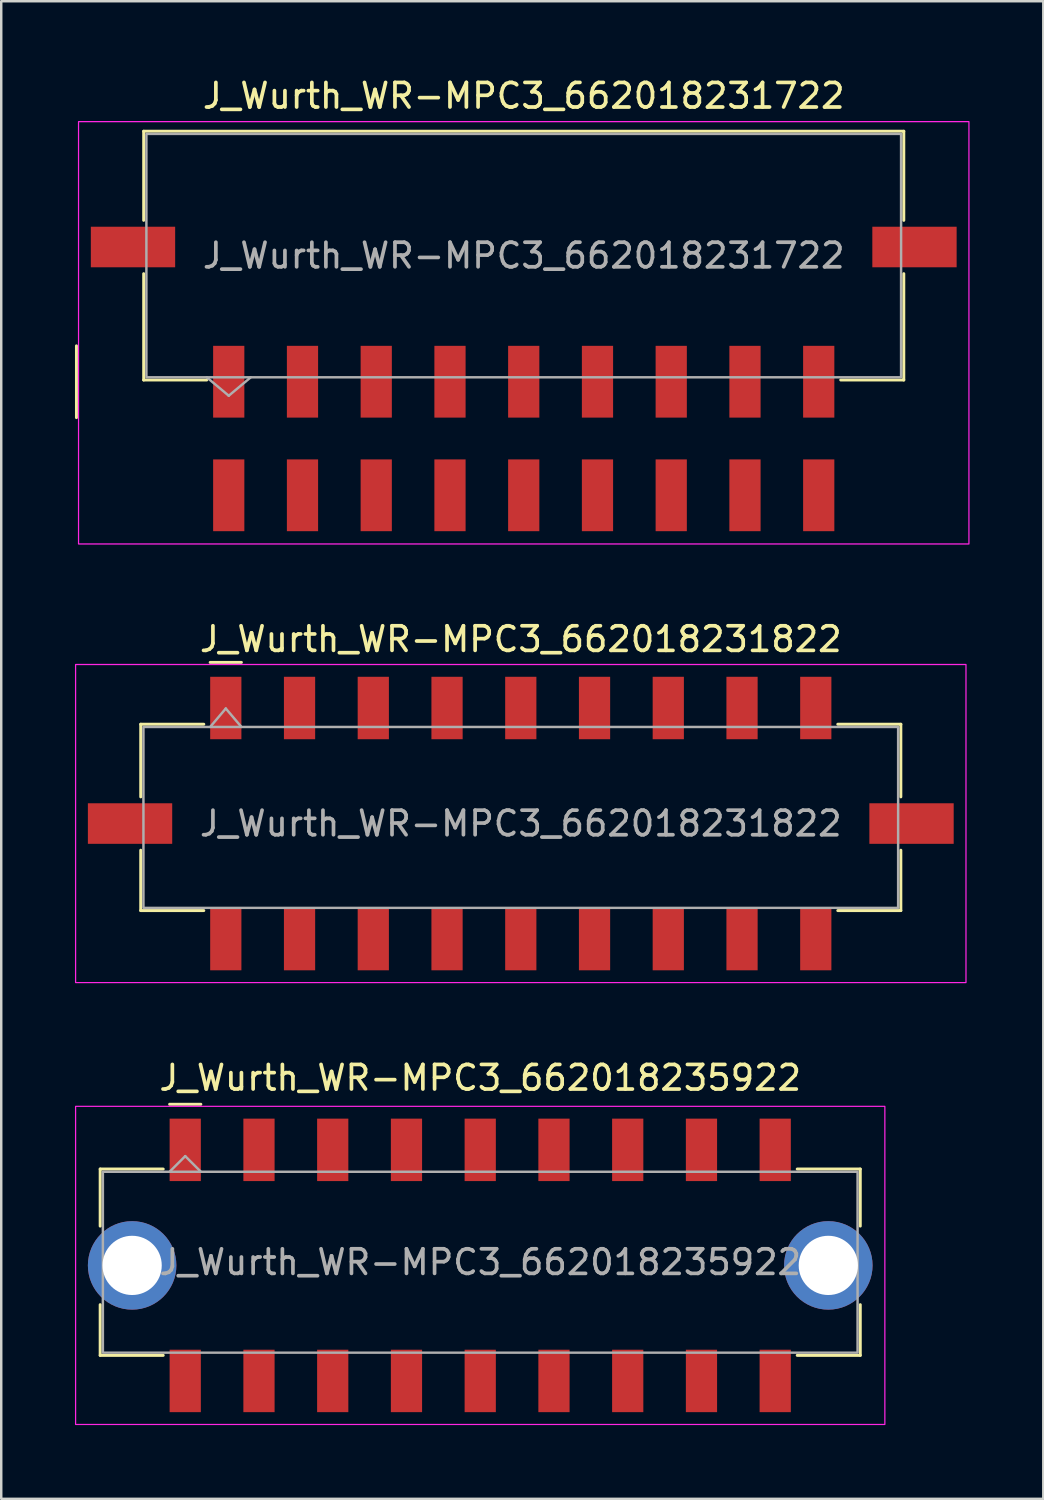
<source format=kicad_pcb>
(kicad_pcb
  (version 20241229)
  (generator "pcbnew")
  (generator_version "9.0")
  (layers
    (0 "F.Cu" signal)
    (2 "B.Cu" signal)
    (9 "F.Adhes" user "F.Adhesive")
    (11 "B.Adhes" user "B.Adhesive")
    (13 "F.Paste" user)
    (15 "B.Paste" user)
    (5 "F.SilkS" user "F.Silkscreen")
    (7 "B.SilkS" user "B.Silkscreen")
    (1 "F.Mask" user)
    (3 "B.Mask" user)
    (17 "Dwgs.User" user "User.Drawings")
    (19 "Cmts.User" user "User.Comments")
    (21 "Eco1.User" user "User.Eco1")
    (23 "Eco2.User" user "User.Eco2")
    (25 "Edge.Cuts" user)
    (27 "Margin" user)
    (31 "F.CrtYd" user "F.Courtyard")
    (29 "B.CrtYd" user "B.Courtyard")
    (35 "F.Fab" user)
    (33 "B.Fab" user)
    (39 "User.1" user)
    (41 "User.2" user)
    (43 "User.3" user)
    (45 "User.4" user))
  (footprint "J_Wurth_WR-MPC3_662018235922"
    (layer "F.Cu")
    (at 16.485 48.295)
    (property "Reference" "J_Wurth_WR-MPC3_662018235922" (at 0 -7.5 0) (unlocked yes) (layer "F.SilkS") (effects (font (size 1 1) (thickness 0.15))))
    (attr smd)
    (fp_line (start -15.46 -3.79) (end -15.46 -1.468) (stroke (width 0.12) (type default)) (layer "F.SilkS"))
    (fp_line (start -15.46 1.728) (end -15.46 3.79) (stroke (width 0.12) (type default)) (layer "F.SilkS"))
    (fp_line (start -12.895 -3.79) (end -15.46 -3.79) (stroke (width 0.12) (type solid)) (layer "F.SilkS"))
    (fp_line (start -12.895 3.79) (end -15.46 3.79) (stroke (width 0.12) (type solid)) (layer "F.SilkS"))
    (fp_line (start -12.635 -6.425) (end -11.365 -6.425) (stroke (width 0.12) (type solid)) (layer "F.SilkS"))
    (fp_line (start 15.46 -3.79) (end 12.895 -3.79) (stroke (width 0.12) (type solid)) (layer "F.SilkS"))
    (fp_line (start 15.46 -3.79) (end 15.46 -1.468) (stroke (width 0.12) (type default)) (layer "F.SilkS"))
    (fp_line (start 15.46 1.728) (end 15.46 3.79) (stroke (width 0.12) (type default)) (layer "F.SilkS"))
    (fp_line (start 15.46 3.79) (end 12.895 3.79) (stroke (width 0.12) (type solid)) (layer "F.SilkS"))
    (fp_rect (start -16.46 -6.34) (end 16.46 6.6) (stroke (width 0.05) (type solid)) (fill no) (layer "F.CrtYd"))
    (fp_line (start -12 -4.315) (end -12.635 -3.68) (stroke (width 0.1) (type default)) (layer "F.Fab"))
    (fp_line (start -11.365 -3.68) (end -12 -4.315) (stroke (width 0.1) (type default)) (layer "F.Fab"))
    (fp_rect (start -15.35 -3.68) (end 15.35 3.68) (stroke (width 0.1) (type solid)) (fill no) (layer "F.Fab"))
    (fp_text user "${REFERENCE}" (at 0 0 0) (unlocked yes) (layer "F.Fab") (effects (font (size 1 1) (thickness 0.15))))
    (pad "1" smd rect (at -12 -4.57 180) (size 1.27 2.54) (layers "F.Cu" "F.Mask" "F.Paste"))
    (pad "2" smd rect (at -9 -4.57 180) (size 1.27 2.54) (layers "F.Cu" "F.Mask" "F.Paste"))
    (pad "3" smd rect (at -6 -4.57 180) (size 1.27 2.54) (layers "F.Cu" "F.Mask" "F.Paste"))
    (pad "4" smd rect (at -3 -4.57 180) (size 1.27 2.54) (layers "F.Cu" "F.Mask" "F.Paste"))
    (pad "5" smd rect (at 0 -4.57 180) (size 1.27 2.54) (layers "F.Cu" "F.Mask" "F.Paste"))
    (pad "6" smd rect (at 3 -4.57 180) (size 1.27 2.54) (layers "F.Cu" "F.Mask" "F.Paste"))
    (pad "7" smd rect (at 6 -4.57 180) (size 1.27 2.54) (layers "F.Cu" "F.Mask" "F.Paste"))
    (pad "8" smd rect (at 9 -4.57 180) (size 1.27 2.54) (layers "F.Cu" "F.Mask" "F.Paste"))
    (pad "9" smd rect (at 12 -4.57 180) (size 1.27 2.54) (layers "F.Cu" "F.Mask" "F.Paste"))
    (pad "10" smd rect (at -12 4.83 180) (size 1.27 2.54) (layers "F.Cu" "F.Mask" "F.Paste"))
    (pad "11" smd rect (at -9 4.83 180) (size 1.27 2.54) (layers "F.Cu" "F.Mask" "F.Paste"))
    (pad "12" smd rect (at -6 4.83 180) (size 1.27 2.54) (layers "F.Cu" "F.Mask" "F.Paste"))
    (pad "13" smd rect (at -3 4.83 180) (size 1.27 2.54) (layers "F.Cu" "F.Mask" "F.Paste"))
    (pad "14" smd rect (at 0 4.83 180) (size 1.27 2.54) (layers "F.Cu" "F.Mask" "F.Paste"))
    (pad "15" smd rect (at 3 4.83 180) (size 1.27 2.54) (layers "F.Cu" "F.Mask" "F.Paste"))
    (pad "16" smd rect (at 6 4.83 180) (size 1.27 2.54) (layers "F.Cu" "F.Mask" "F.Paste"))
    (pad "17" smd rect (at 9 4.83 180) (size 1.27 2.54) (layers "F.Cu" "F.Mask" "F.Paste"))
    (pad "18" smd rect (at 12 4.83 180) (size 1.27 2.54) (layers "F.Cu" "F.Mask" "F.Paste"))
    (pad "MH1" thru_hole circle (at 14.16 0.13 180) (size 3.6 3.6) (drill 2.41) (layers "*.Cu" "*.Mask"))
    (pad "MH2" thru_hole circle (at -14.16 0.13 180) (size 3.6 3.6) (drill 2.41) (layers "*.Cu" "*.Mask")))
  (footprint "J_Wurth_WR-MPC3_662018231822"
    (layer "F.Cu")
    (at 18.135 30.451)
    (property "Reference" "J_Wurth_WR-MPC3_662018231822" (at 0 -7.5 0) (unlocked yes) (layer "F.SilkS") (effects (font (size 1 1) (thickness 0.15))))
    (attr smd)
    (fp_line (start -15.46 -4.04) (end -12.895 -4.04) (stroke (width 0.12) (type solid)) (layer "F.SilkS"))
    (fp_line (start -15.46 -1.085) (end -15.46 -4.04) (stroke (width 0.12) (type solid)) (layer "F.SilkS"))
    (fp_line (start -15.46 3.54) (end -15.46 1.085) (stroke (width 0.12) (type solid)) (layer "F.SilkS"))
    (fp_line (start -15.46 3.54) (end -12.895 3.54) (stroke (width 0.12) (type solid)) (layer "F.SilkS"))
    (fp_line (start -12.635 -6.555) (end -11.365 -6.555) (stroke (width 0.12) (type solid)) (layer "F.SilkS"))
    (fp_line (start 12.895 -4.04) (end 15.46 -4.04) (stroke (width 0.12) (type solid)) (layer "F.SilkS"))
    (fp_line (start 12.895 3.54) (end 15.46 3.54) (stroke (width 0.12) (type solid)) (layer "F.SilkS"))
    (fp_line (start 15.46 -1.085) (end 15.46 -4.04) (stroke (width 0.12) (type solid)) (layer "F.SilkS"))
    (fp_line (start 15.46 3.54) (end 15.46 1.085) (stroke (width 0.12) (type solid)) (layer "F.SilkS"))
    (fp_rect (start -18.11 -6.47) (end 18.11 6.47) (stroke (width 0.05) (type solid)) (fill no) (layer "F.CrtYd"))
    (fp_line (start -12 -4.68) (end -12.635 -3.93) (stroke (width 0.1) (type solid)) (layer "F.Fab"))
    (fp_line (start -12 -4.68) (end -11.365 -3.93) (stroke (width 0.1) (type solid)) (layer "F.Fab"))
    (fp_rect (start -15.35 -3.93) (end 15.35 3.43) (stroke (width 0.1) (type solid)) (fill no) (layer "F.Fab"))
    (fp_text user "${REFERENCE}" (at 0 0 0) (unlocked yes) (layer "F.Fab") (effects (font (size 1 1) (thickness 0.15))))
    (pad "1" smd rect (at -12 -4.7 180) (size 1.27 2.54) (layers "F.Cu" "F.Mask" "F.Paste"))
    (pad "2" smd rect (at -9 -4.7 180) (size 1.27 2.54) (layers "F.Cu" "F.Mask" "F.Paste"))
    (pad "3" smd rect (at -6 -4.7 180) (size 1.27 2.54) (layers "F.Cu" "F.Mask" "F.Paste"))
    (pad "4" smd rect (at -3 -4.7 180) (size 1.27 2.54) (layers "F.Cu" "F.Mask" "F.Paste"))
    (pad "5" smd rect (at 0 -4.7 180) (size 1.27 2.54) (layers "F.Cu" "F.Mask" "F.Paste"))
    (pad "6" smd rect (at 3 -4.7 180) (size 1.27 2.54) (layers "F.Cu" "F.Mask" "F.Paste"))
    (pad "7" smd rect (at 6 -4.7 180) (size 1.27 2.54) (layers "F.Cu" "F.Mask" "F.Paste"))
    (pad "8" smd rect (at 9 -4.7 180) (size 1.27 2.54) (layers "F.Cu" "F.Mask" "F.Paste"))
    (pad "9" smd rect (at 12 -4.7 180) (size 1.27 2.54) (layers "F.Cu" "F.Mask" "F.Paste"))
    (pad "10" smd rect (at -12 4.7 180) (size 1.27 2.54) (layers "F.Cu" "F.Mask" "F.Paste"))
    (pad "11" smd rect (at -9 4.7 180) (size 1.27 2.54) (layers "F.Cu" "F.Mask" "F.Paste"))
    (pad "12" smd rect (at -6 4.7 180) (size 1.27 2.54) (layers "F.Cu" "F.Mask" "F.Paste"))
    (pad "13" smd rect (at -3 4.7 180) (size 1.27 2.54) (layers "F.Cu" "F.Mask" "F.Paste"))
    (pad "14" smd rect (at 0 4.7 180) (size 1.27 2.54) (layers "F.Cu" "F.Mask" "F.Paste"))
    (pad "15" smd rect (at 3 4.7 180) (size 1.27 2.54) (layers "F.Cu" "F.Mask" "F.Paste"))
    (pad "16" smd rect (at 6 4.7 180) (size 1.27 2.54) (layers "F.Cu" "F.Mask" "F.Paste"))
    (pad "17" smd rect (at 9 4.7 180) (size 1.27 2.54) (layers "F.Cu" "F.Mask" "F.Paste"))
    (pad "18" smd rect (at 12 4.7 180) (size 1.27 2.54) (layers "F.Cu" "F.Mask" "F.Paste"))
    (pad "MP1" smd rect (at 15.895 0 180) (size 3.43 1.65) (layers "F.Cu" "F.Mask" "F.Paste"))
    (pad "MP2" smd rect (at -15.895 0 180) (size 3.43 1.65) (layers "F.Cu" "F.Mask" "F.Paste")))
  (footprint "J_Wurth_WR-MPC3_662018231722"
    (layer "F.Cu")
    (at 18.255 7.348)
    (property "Reference" "J_Wurth_WR-MPC3_662018231722" (at 0 -6.5 0) (unlocked yes) (layer "F.SilkS") (effects (font (size 1 1) (thickness 0.15))))
    (attr smd)
    (fp_line (start -18.195 6.59) (end -18.195 3.67) (stroke (width 0.12) (type solid)) (layer "F.SilkS"))
    (fp_line (start -15.46 -5.06) (end -15.46 -1.435) (stroke (width 0.12) (type solid)) (layer "F.SilkS"))
    (fp_line (start -15.46 -5.06) (end 15.46 -5.06) (stroke (width 0.12) (type default)) (layer "F.SilkS"))
    (fp_line (start -15.46 0.735) (end -15.46 5.06) (stroke (width 0.12) (type solid)) (layer "F.SilkS"))
    (fp_line (start -12.895 5.06) (end -15.46 5.06) (stroke (width 0.12) (type solid)) (layer "F.SilkS"))
    (fp_line (start 15.46 -5.06) (end 15.46 -1.435) (stroke (width 0.12) (type solid)) (layer "F.SilkS"))
    (fp_line (start 15.46 0.735) (end 15.46 5.06) (stroke (width 0.12) (type solid)) (layer "F.SilkS"))
    (fp_line (start 15.46 5.06) (end 12.895 5.06) (stroke (width 0.12) (type solid)) (layer "F.SilkS"))
    (fp_rect (start -18.11 -5.45) (end 18.11 11.73) (stroke (width 0.05) (type solid)) (fill no) (layer "F.CrtYd"))
    (fp_line (start -12 5.7) (end -12.895 4.95) (stroke (width 0.1) (type solid)) (layer "F.Fab"))
    (fp_line (start -12 5.7) (end -11.105 4.95) (stroke (width 0.1) (type solid)) (layer "F.Fab"))
    (fp_rect (start -15.35 -4.95) (end 15.35 4.95) (stroke (width 0.1) (type solid)) (fill no) (layer "F.Fab"))
    (fp_text user "${REFERENCE}" (at 0 0 0) (unlocked yes) (layer "F.Fab") (effects (font (size 1 1) (thickness 0.15))))
    (pad "1" smd rect (at -12 5.13 180) (size 1.27 2.92) (layers "F.Cu" "F.Mask" "F.Paste"))
    (pad "2" smd rect (at -9 5.13 180) (size 1.27 2.92) (layers "F.Cu" "F.Mask" "F.Paste"))
    (pad "3" smd rect (at -6 5.13 180) (size 1.27 2.92) (layers "F.Cu" "F.Mask" "F.Paste"))
    (pad "4" smd rect (at -3 5.13 180) (size 1.27 2.92) (layers "F.Cu" "F.Mask" "F.Paste"))
    (pad "5" smd rect (at 0 5.13 180) (size 1.27 2.92) (layers "F.Cu" "F.Mask" "F.Paste"))
    (pad "6" smd rect (at 3 5.13 180) (size 1.27 2.92) (layers "F.Cu" "F.Mask" "F.Paste"))
    (pad "7" smd rect (at 6 5.13 180) (size 1.27 2.92) (layers "F.Cu" "F.Mask" "F.Paste"))
    (pad "8" smd rect (at 9 5.13 180) (size 1.27 2.92) (layers "F.Cu" "F.Mask" "F.Paste"))
    (pad "9" smd rect (at 12 5.13 180) (size 1.27 2.92) (layers "F.Cu" "F.Mask" "F.Paste"))
    (pad "10" smd rect (at -12 9.75 180) (size 1.27 2.92) (layers "F.Cu" "F.Mask" "F.Paste"))
    (pad "11" smd rect (at -9 9.75 180) (size 1.27 2.92) (layers "F.Cu" "F.Mask" "F.Paste"))
    (pad "12" smd rect (at -6 9.75 180) (size 1.27 2.92) (layers "F.Cu" "F.Mask" "F.Paste"))
    (pad "13" smd rect (at -3 9.75 180) (size 1.27 2.92) (layers "F.Cu" "F.Mask" "F.Paste"))
    (pad "14" smd rect (at 0 9.75 180) (size 1.27 2.92) (layers "F.Cu" "F.Mask" "F.Paste"))
    (pad "15" smd rect (at 3 9.75 180) (size 1.27 2.92) (layers "F.Cu" "F.Mask" "F.Paste"))
    (pad "16" smd rect (at 6 9.75 180) (size 1.27 2.92) (layers "F.Cu" "F.Mask" "F.Paste"))
    (pad "17" smd rect (at 9 9.75 180) (size 1.27 2.92) (layers "F.Cu" "F.Mask" "F.Paste"))
    (pad "18" smd rect (at 12 9.75 180) (size 1.27 2.92) (layers "F.Cu" "F.Mask" "F.Paste"))
    (pad "MP1" smd rect (at 15.895 -0.35 180) (size 3.43 1.65) (layers "F.Cu" "F.Mask" "F.Paste"))
    (pad "MP2" smd rect (at -15.895 -0.35 180) (size 3.43 1.65) (layers "F.Cu" "F.Mask" "F.Paste")))
  (gr_rect
    (start -3 -3)
    (end 39.39 57.92)
    (stroke (width 0.1) (type default))
    (fill no)
    (layer "Edge.Cuts")))
</source>
